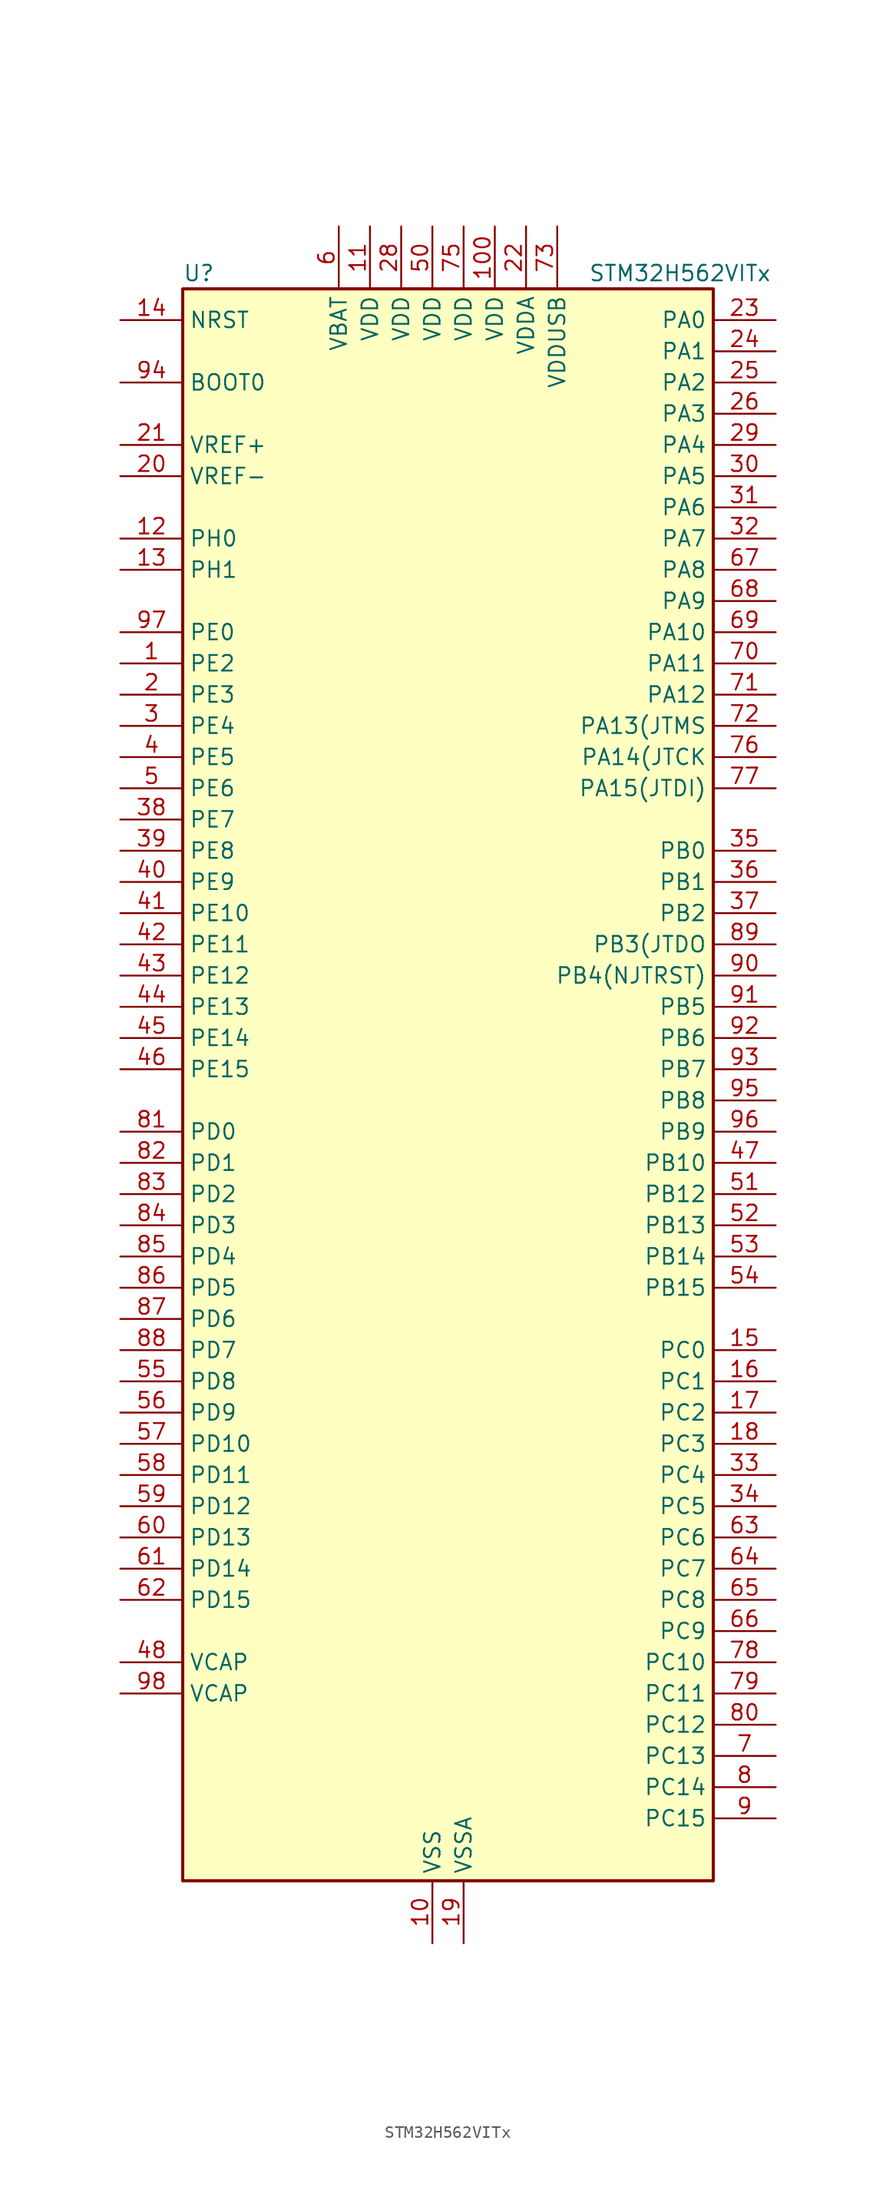
<source format=kicad_sym>
(kicad_symbol_lib
  (version 20231120)
  (generator "kicad-library-utils")
  (generator_version "8.0")
  (symbol "STM32H562VITx"
    (property "Reference" "U"
      (at -20.32 67.31 0)
      (effects (font (size 1.27 1.27)) (justify left)))
    (property "Value" "STM32H562VITx"
      (at 12.7 67.31 0)
      (effects (font (size 1.27 1.27)) (justify left)))
    (symbol "STM32H562VITx_0_1"
      (rectangle (start -20.32 -63.5) (end 22.86 66.04) (stroke (width 0.254) (type default)) (fill (type background))))
    (symbol "STM32H562VITx_1_1"
      (pin bidirectional line (at -25.4 35.56 0) (length 5.08) (name "PE2" (effects (font (size 1.27 1.27)))) (number "1" (effects (font (size 1.27 1.27)))) (alternate "DCMI_D3" bidirectional line) (alternate "DEBUG_TRACECLK" bidirectional line) (alternate "FMC_A23" bidirectional line) (alternate "LPTIM1_IN2" bidirectional line) (alternate "OCTOSPI1_IO2" bidirectional line) (alternate "PSSI_D3" bidirectional line) (alternate "SAI1_CK1" bidirectional line) (alternate "SAI1_MCLK_A" bidirectional line) (alternate "SPI4_SCK" bidirectional line) (alternate "UART8_TX" bidirectional line) (alternate "USART10_RX" bidirectional line))
      (pin power_in line (at 0 -68.58 90) (length 5.08) (name "VSS" (effects (font (size 1.27 1.27)))) (number "10" (effects (font (size 1.27 1.27)))))
      (pin power_in line (at 5.08 71.12 270) (length 5.08) (name "VDD" (effects (font (size 1.27 1.27)))) (number "100" (effects (font (size 1.27 1.27)))))
      (pin power_in line (at -5.08 71.12 270) (length 5.08) (name "VDD" (effects (font (size 1.27 1.27)))) (number "11" (effects (font (size 1.27 1.27)))))
      (pin bidirectional line (at -25.4 45.72 0) (length 5.08) (name "PH0" (effects (font (size 1.27 1.27)))) (number "12" (effects (font (size 1.27 1.27)))) (alternate "RCC_OSC_IN" bidirectional line))
      (pin bidirectional line (at -25.4 43.18 0) (length 5.08) (name "PH1" (effects (font (size 1.27 1.27)))) (number "13" (effects (font (size 1.27 1.27)))) (alternate "RCC_OSC_OUT" bidirectional line))
      (pin input line (at -25.4 63.5 0) (length 5.08) (name "NRST" (effects (font (size 1.27 1.27)))) (number "14" (effects (font (size 1.27 1.27)))))
      (pin bidirectional line (at 27.94 -20.32 180) (length 5.08) (name "PC0" (effects (font (size 1.27 1.27)))) (number "15" (effects (font (size 1.27 1.27)))) (alternate "ADC1_INP10" bidirectional line) (alternate "ADC2_INP10" bidirectional line) (alternate "FMC_A25" bidirectional line) (alternate "FMC_SDNWE" bidirectional line) (alternate "OCTOSPI1_IO7" bidirectional line) (alternate "SAI1_MCLK_A" bidirectional line) (alternate "SAI2_FS_B" bidirectional line) (alternate "SPI2_RDY" bidirectional line) (alternate "TIM16_BKIN" bidirectional line))
      (pin bidirectional line (at 27.94 -22.86 180) (length 5.08) (name "PC1" (effects (font (size 1.27 1.27)))) (number "16" (effects (font (size 1.27 1.27)))) (alternate "ADC1_INN10" bidirectional line) (alternate "ADC1_INP11" bidirectional line) (alternate "ADC2_INN10" bidirectional line) (alternate "ADC2_INP11" bidirectional line) (alternate "DEBUG_TRACED0" bidirectional line) (alternate "I2S2_SDO" bidirectional line) (alternate "OCTOSPI1_IO4" bidirectional line) (alternate "PWR_WKUP6" bidirectional line) (alternate "SAI1_D1" bidirectional line) (alternate "SAI1_SD_A" bidirectional line) (alternate "SAI2_SD_A" bidirectional line) (alternate "SPI2_MOSI" bidirectional line) (alternate "TAMP_IN3" bidirectional line) (alternate "TAMP_OUT5" bidirectional line) (alternate "USART11_RTS" bidirectional line))
      (pin bidirectional line (at 27.94 -25.4 180) (length 5.08) (name "PC2" (effects (font (size 1.27 1.27)))) (number "17" (effects (font (size 1.27 1.27)))) (alternate "ADC1_INN11" bidirectional line) (alternate "ADC1_INP12" bidirectional line) (alternate "ADC2_INN11" bidirectional line) (alternate "ADC2_INP12" bidirectional line) (alternate "FMC_SDNE0" bidirectional line) (alternate "I2S2_SDI" bidirectional line) (alternate "OCTOSPI1_IO2" bidirectional line) (alternate "OCTOSPI1_IO5" bidirectional line) (alternate "PWR_CSLEEP" bidirectional line) (alternate "SPI2_MISO" bidirectional line) (alternate "TIM17_CH1" bidirectional line) (alternate "TIM4_CH4" bidirectional line))
      (pin bidirectional line (at 27.94 -27.94 180) (length 5.08) (name "PC3" (effects (font (size 1.27 1.27)))) (number "18" (effects (font (size 1.27 1.27)))) (alternate "ADC1_INN12" bidirectional line) (alternate "ADC1_INP13" bidirectional line) (alternate "ADC2_INN12" bidirectional line) (alternate "ADC2_INP13" bidirectional line) (alternate "FMC_SDCKE0" bidirectional line) (alternate "I2S2_SDO" bidirectional line) (alternate "LPTIM3_CH1" bidirectional line) (alternate "OCTOSPI1_IO0" bidirectional line) (alternate "OCTOSPI1_IO6" bidirectional line) (alternate "PWR_CSTOP" bidirectional line) (alternate "SAI1_D3" bidirectional line) (alternate "SPI2_MOSI" bidirectional line))
      (pin power_in line (at 2.54 -68.58 90) (length 5.08) (name "VSSA" (effects (font (size 1.27 1.27)))) (number "19" (effects (font (size 1.27 1.27)))))
      (pin bidirectional line (at -25.4 33.02 0) (length 5.08) (name "PE3" (effects (font (size 1.27 1.27)))) (number "2" (effects (font (size 1.27 1.27)))) (alternate "DEBUG_TRACED0" bidirectional line) (alternate "FMC_A19" bidirectional line) (alternate "SAI1_SD_B" bidirectional line) (alternate "TAMP_IN6" bidirectional line) (alternate "TAMP_OUT3" bidirectional line) (alternate "TIM15_BKIN" bidirectional line) (alternate "USART10_TX" bidirectional line))
      (pin input line (at -25.4 50.8 0) (length 5.08) (name "VREF-" (effects (font (size 1.27 1.27)))) (number "20" (effects (font (size 1.27 1.27)))))
      (pin input line (at -25.4 53.34 0) (length 5.08) (name "VREF+" (effects (font (size 1.27 1.27)))) (number "21" (effects (font (size 1.27 1.27)))))
      (pin power_in line (at 7.62 71.12 270) (length 5.08) (name "VDDA" (effects (font (size 1.27 1.27)))) (number "22" (effects (font (size 1.27 1.27)))))
      (pin bidirectional line (at 27.94 63.5 180) (length 5.08) (name "PA0" (effects (font (size 1.27 1.27)))) (number "23" (effects (font (size 1.27 1.27)))) (alternate "ADC1_INN1" bidirectional line) (alternate "ADC1_INP0" bidirectional line) (alternate "ADC2_INN1" bidirectional line) (alternate "ADC2_INP0" bidirectional line) (alternate "PWR_WKUP1" bidirectional line) (alternate "SAI2_SD_B" bidirectional line) (alternate "SPI3_RDY" bidirectional line) (alternate "SPI6_NSS" bidirectional line) (alternate "TAMP_IN2" bidirectional line) (alternate "TAMP_OUT1" bidirectional line) (alternate "TIM15_BKIN" bidirectional line) (alternate "TIM2_CH1" bidirectional line) (alternate "TIM2_ETR" bidirectional line) (alternate "TIM5_CH1" bidirectional line) (alternate "TIM8_ETR" bidirectional line) (alternate "UART4_TX" bidirectional line) (alternate "USART2_CTS" bidirectional line) (alternate "USART2_NSS" bidirectional line))
      (pin bidirectional line (at 27.94 60.96 180) (length 5.08) (name "PA1" (effects (font (size 1.27 1.27)))) (number "24" (effects (font (size 1.27 1.27)))) (alternate "ADC1_INP1" bidirectional line) (alternate "ADC2_INP1" bidirectional line) (alternate "LPTIM1_IN1" bidirectional line) (alternate "OCTOSPI1_DQS" bidirectional line) (alternate "OCTOSPI1_IO3" bidirectional line) (alternate "SAI2_MCLK_B" bidirectional line) (alternate "TAMP_IN5" bidirectional line) (alternate "TAMP_OUT4" bidirectional line) (alternate "TIM15_CH1N" bidirectional line) (alternate "TIM2_CH2" bidirectional line) (alternate "TIM5_CH2" bidirectional line) (alternate "UART4_RX" bidirectional line) (alternate "USART2_RTS" bidirectional line))
      (pin bidirectional line (at 27.94 58.42 180) (length 5.08) (name "PA2" (effects (font (size 1.27 1.27)))) (number "25" (effects (font (size 1.27 1.27)))) (alternate "ADC1_INP14" bidirectional line) (alternate "ADC2_INP14" bidirectional line) (alternate "LPTIM1_IN2" bidirectional line) (alternate "PWR_WKUP2" bidirectional line) (alternate "SAI2_SCK_B" bidirectional line) (alternate "TAMP_IN4" bidirectional line) (alternate "TAMP_OUT3" bidirectional line) (alternate "TIM15_CH1" bidirectional line) (alternate "TIM2_CH3" bidirectional line) (alternate "TIM5_CH3" bidirectional line) (alternate "USART2_TX" bidirectional line))
      (pin bidirectional line (at 27.94 55.88 180) (length 5.08) (name "PA3" (effects (font (size 1.27 1.27)))) (number "26" (effects (font (size 1.27 1.27)))) (alternate "ADC1_INP15" bidirectional line) (alternate "ADC2_INP15" bidirectional line) (alternate "I2S2_WS" bidirectional line) (alternate "OCTOSPI1_CLK" bidirectional line) (alternate "SAI1_SD_B" bidirectional line) (alternate "SPI2_NSS" bidirectional line) (alternate "TIM15_CH2" bidirectional line) (alternate "TIM2_CH4" bidirectional line) (alternate "TIM5_CH4" bidirectional line) (alternate "USART2_RX" bidirectional line))
      (pin passive line (at 0 -68.58 90) (length 5.08) hide (name "VSS" (effects (font (size 1.27 1.27)))) (number "27" (effects (font (size 1.27 1.27)))))
      (pin power_in line (at -2.54 71.12 270) (length 5.08) (name "VDD" (effects (font (size 1.27 1.27)))) (number "28" (effects (font (size 1.27 1.27)))))
      (pin bidirectional line (at 27.94 53.34 180) (length 5.08) (name "PA4" (effects (font (size 1.27 1.27)))) (number "29" (effects (font (size 1.27 1.27)))) (alternate "ADC1_INP18" bidirectional line) (alternate "ADC2_INP18" bidirectional line) (alternate "DAC1_OUT1" bidirectional line) (alternate "DCMI_HSYNC" bidirectional line) (alternate "I2S1_WS" bidirectional line) (alternate "I2S3_WS" bidirectional line) (alternate "LPTIM2_CH1" bidirectional line) (alternate "PSSI_DE" bidirectional line) (alternate "SPI1_NSS" bidirectional line) (alternate "SPI3_NSS" bidirectional line) (alternate "SPI6_NSS" bidirectional line) (alternate "TIM5_ETR" bidirectional line) (alternate "USART2_CK" bidirectional line))
      (pin bidirectional line (at -25.4 30.48 0) (length 5.08) (name "PE4" (effects (font (size 1.27 1.27)))) (number "3" (effects (font (size 1.27 1.27)))) (alternate "DCMI_D4" bidirectional line) (alternate "DEBUG_TRACED1" bidirectional line) (alternate "FMC_A20" bidirectional line) (alternate "PSSI_D4" bidirectional line) (alternate "SAI1_D2" bidirectional line) (alternate "SAI1_FS_A" bidirectional line) (alternate "SPI4_NSS" bidirectional line) (alternate "TAMP_IN7" bidirectional line) (alternate "TAMP_OUT8" bidirectional line) (alternate "TIM15_CH1N" bidirectional line))
      (pin bidirectional line (at 27.94 50.8 180) (length 5.08) (name "PA5" (effects (font (size 1.27 1.27)))) (number "30" (effects (font (size 1.27 1.27)))) (alternate "ADC1_INN18" bidirectional line) (alternate "ADC1_INP19" bidirectional line) (alternate "ADC2_INN18" bidirectional line) (alternate "ADC2_INP19" bidirectional line) (alternate "DAC1_OUT2" bidirectional line) (alternate "I2S1_CK" bidirectional line) (alternate "PSSI_D14" bidirectional line) (alternate "SPI1_SCK" bidirectional line) (alternate "SPI6_SCK" bidirectional line) (alternate "TIM2_CH1" bidirectional line) (alternate "TIM2_ETR" bidirectional line) (alternate "TIM8_CH1N" bidirectional line))
      (pin bidirectional line (at 27.94 48.26 180) (length 5.08) (name "PA6" (effects (font (size 1.27 1.27)))) (number "31" (effects (font (size 1.27 1.27)))) (alternate "ADC1_INP3" bidirectional line) (alternate "ADC2_INP3" bidirectional line) (alternate "DCMI_PIXCLK" bidirectional line) (alternate "I2S1_SDI" bidirectional line) (alternate "OCTOSPI1_IO3" bidirectional line) (alternate "PSSI_PDCK" bidirectional line) (alternate "SPI1_MISO" bidirectional line) (alternate "SPI6_MISO" bidirectional line) (alternate "TIM13_CH1" bidirectional line) (alternate "TIM1_BKIN" bidirectional line) (alternate "TIM3_CH1" bidirectional line) (alternate "TIM8_BKIN" bidirectional line) (alternate "USART11_TX" bidirectional line))
      (pin bidirectional line (at 27.94 45.72 180) (length 5.08) (name "PA7" (effects (font (size 1.27 1.27)))) (number "32" (effects (font (size 1.27 1.27)))) (alternate "ADC1_INN3" bidirectional line) (alternate "ADC1_INP7" bidirectional line) (alternate "ADC2_INN3" bidirectional line) (alternate "ADC2_INP7" bidirectional line) (alternate "FMC_NWE" bidirectional line) (alternate "FMC_SDNWE" bidirectional line) (alternate "I2S1_SDO" bidirectional line) (alternate "OCTOSPI1_IO2" bidirectional line) (alternate "SPI1_MOSI" bidirectional line) (alternate "SPI6_MOSI" bidirectional line) (alternate "TIM14_CH1" bidirectional line) (alternate "TIM1_CH1N" bidirectional line) (alternate "TIM3_CH2" bidirectional line) (alternate "TIM8_CH1N" bidirectional line) (alternate "USART11_RX" bidirectional line))
      (pin bidirectional line (at 27.94 -30.48 180) (length 5.08) (name "PC4" (effects (font (size 1.27 1.27)))) (number "33" (effects (font (size 1.27 1.27)))) (alternate "ADC1_INP4" bidirectional line) (alternate "ADC2_INP4" bidirectional line) (alternate "FMC_SDNE0" bidirectional line) (alternate "I2S1_MCK" bidirectional line) (alternate "LPTIM2_ETR" bidirectional line) (alternate "SAI1_CK1" bidirectional line) (alternate "TIM2_CH4" bidirectional line) (alternate "USART3_RX" bidirectional line))
      (pin bidirectional line (at 27.94 -33.02 180) (length 5.08) (name "PC5" (effects (font (size 1.27 1.27)))) (number "34" (effects (font (size 1.27 1.27)))) (alternate "ADC1_INN4" bidirectional line) (alternate "ADC1_INP8" bidirectional line) (alternate "ADC2_INN4" bidirectional line) (alternate "ADC2_INP8" bidirectional line) (alternate "FMC_SDCKE0" bidirectional line) (alternate "OCTOSPI1_DQS" bidirectional line) (alternate "PSSI_D15" bidirectional line) (alternate "SAI1_D3" bidirectional line) (alternate "SAI1_FS_A" bidirectional line) (alternate "TIM1_CH4N" bidirectional line) (alternate "UART12_RTS" bidirectional line))
      (pin bidirectional line (at 27.94 20.32 180) (length 5.08) (name "PB0" (effects (font (size 1.27 1.27)))) (number "35" (effects (font (size 1.27 1.27)))) (alternate "ADC1_INN5" bidirectional line) (alternate "ADC1_INP9" bidirectional line) (alternate "ADC2_INN5" bidirectional line) (alternate "ADC2_INP9" bidirectional line) (alternate "LPTIM3_CH1" bidirectional line) (alternate "OCTOSPI1_IO1" bidirectional line) (alternate "TIM1_CH2N" bidirectional line) (alternate "TIM3_CH3" bidirectional line) (alternate "TIM8_CH2N" bidirectional line) (alternate "UART4_CTS" bidirectional line) (alternate "USART11_CK" bidirectional line))
      (pin bidirectional line (at 27.94 17.78 180) (length 5.08) (name "PB1" (effects (font (size 1.27 1.27)))) (number "36" (effects (font (size 1.27 1.27)))) (alternate "ADC1_INP5" bidirectional line) (alternate "ADC2_INP5" bidirectional line) (alternate "LPTIM3_CH2" bidirectional line) (alternate "OCTOSPI1_IO0" bidirectional line) (alternate "TIM1_CH3N" bidirectional line) (alternate "TIM3_CH4" bidirectional line) (alternate "TIM8_CH3N" bidirectional line))
      (pin bidirectional line (at 27.94 15.24 180) (length 5.08) (name "PB2" (effects (font (size 1.27 1.27)))) (number "37" (effects (font (size 1.27 1.27)))) (alternate "I2S3_SDO" bidirectional line) (alternate "LPTIM1_CH1" bidirectional line) (alternate "LPTIM5_ETR" bidirectional line) (alternate "OCTOSPI1_CLK" bidirectional line) (alternate "OCTOSPI1_DQS" bidirectional line) (alternate "RCC_LSCO" bidirectional line) (alternate "RTC_OUT2" bidirectional line) (alternate "SAI1_D1" bidirectional line) (alternate "SAI1_SD_A" bidirectional line) (alternate "SDMMC1_CMD" bidirectional line) (alternate "SPI1_RDY" bidirectional line) (alternate "SPI3_MOSI" bidirectional line) (alternate "TIM8_CH4N" bidirectional line))
      (pin bidirectional line (at -25.4 22.86 0) (length 5.08) (name "PE7" (effects (font (size 1.27 1.27)))) (number "38" (effects (font (size 1.27 1.27)))) (alternate "FMC_D4" bidirectional line) (alternate "FMC_DA4" bidirectional line) (alternate "OCTOSPI1_IO4" bidirectional line) (alternate "TIM1_ETR" bidirectional line) (alternate "UART12_RTS" bidirectional line) (alternate "UART7_RX" bidirectional line))
      (pin bidirectional line (at -25.4 20.32 0) (length 5.08) (name "PE8" (effects (font (size 1.27 1.27)))) (number "39" (effects (font (size 1.27 1.27)))) (alternate "FMC_D5" bidirectional line) (alternate "FMC_DA5" bidirectional line) (alternate "OCTOSPI1_IO5" bidirectional line) (alternate "TIM1_CH1N" bidirectional line) (alternate "UART12_CTS" bidirectional line) (alternate "UART7_TX" bidirectional line))
      (pin bidirectional line (at -25.4 27.94 0) (length 5.08) (name "PE5" (effects (font (size 1.27 1.27)))) (number "4" (effects (font (size 1.27 1.27)))) (alternate "DCMI_D6" bidirectional line) (alternate "DEBUG_TRACED2" bidirectional line) (alternate "FMC_A21" bidirectional line) (alternate "PSSI_D6" bidirectional line) (alternate "SAI1_CK2" bidirectional line) (alternate "SAI1_SCK_A" bidirectional line) (alternate "SPI4_MISO" bidirectional line) (alternate "TAMP_IN8" bidirectional line) (alternate "TAMP_OUT7" bidirectional line) (alternate "TIM15_CH1" bidirectional line))
      (pin bidirectional line (at -25.4 17.78 0) (length 5.08) (name "PE9" (effects (font (size 1.27 1.27)))) (number "40" (effects (font (size 1.27 1.27)))) (alternate "DAC1_EXTI9" bidirectional line) (alternate "FMC_D6" bidirectional line) (alternate "FMC_DA6" bidirectional line) (alternate "OCTOSPI1_IO6" bidirectional line) (alternate "TIM1_CH1" bidirectional line) (alternate "UART12_RX" bidirectional line) (alternate "UART7_RTS" bidirectional line))
      (pin bidirectional line (at -25.4 15.24 0) (length 5.08) (name "PE10" (effects (font (size 1.27 1.27)))) (number "41" (effects (font (size 1.27 1.27)))) (alternate "FMC_D7" bidirectional line) (alternate "FMC_DA7" bidirectional line) (alternate "OCTOSPI1_IO7" bidirectional line) (alternate "TIM1_CH2N" bidirectional line) (alternate "UART12_TX" bidirectional line) (alternate "UART7_CTS" bidirectional line))
      (pin bidirectional line (at -25.4 12.7 0) (length 5.08) (name "PE11" (effects (font (size 1.27 1.27)))) (number "42" (effects (font (size 1.27 1.27)))) (alternate "ADC1_EXTI11" bidirectional line) (alternate "ADC2_EXTI11" bidirectional line) (alternate "FMC_D8" bidirectional line) (alternate "FMC_DA8" bidirectional line) (alternate "OCTOSPI1_NCS" bidirectional line) (alternate "SAI2_SD_B" bidirectional line) (alternate "SPI1_RDY" bidirectional line) (alternate "SPI4_NSS" bidirectional line) (alternate "TIM1_CH2" bidirectional line))
      (pin bidirectional line (at -25.4 10.16 0) (length 5.08) (name "PE12" (effects (font (size 1.27 1.27)))) (number "43" (effects (font (size 1.27 1.27)))) (alternate "FMC_D9" bidirectional line) (alternate "FMC_DA9" bidirectional line) (alternate "SAI2_SCK_B" bidirectional line) (alternate "SPI4_SCK" bidirectional line) (alternate "TIM1_CH3N" bidirectional line))
      (pin bidirectional line (at -25.4 7.62 0) (length 5.08) (name "PE13" (effects (font (size 1.27 1.27)))) (number "44" (effects (font (size 1.27 1.27)))) (alternate "FMC_D10" bidirectional line) (alternate "FMC_DA10" bidirectional line) (alternate "SAI2_FS_B" bidirectional line) (alternate "SPI4_MISO" bidirectional line) (alternate "TIM1_CH3" bidirectional line))
      (pin bidirectional line (at -25.4 5.08 0) (length 5.08) (name "PE14" (effects (font (size 1.27 1.27)))) (number "45" (effects (font (size 1.27 1.27)))) (alternate "FMC_D11" bidirectional line) (alternate "FMC_DA11" bidirectional line) (alternate "SAI2_MCLK_B" bidirectional line) (alternate "SPI4_MOSI" bidirectional line) (alternate "TIM1_CH4" bidirectional line))
      (pin bidirectional line (at -25.4 2.54 0) (length 5.08) (name "PE15" (effects (font (size 1.27 1.27)))) (number "46" (effects (font (size 1.27 1.27)))) (alternate "ADC1_EXTI15" bidirectional line) (alternate "ADC2_EXTI15" bidirectional line) (alternate "FMC_D12" bidirectional line) (alternate "FMC_DA12" bidirectional line) (alternate "TIM1_BKIN" bidirectional line) (alternate "TIM1_CH4N" bidirectional line) (alternate "USART10_CK" bidirectional line))
      (pin bidirectional line (at 27.94 -5.08 180) (length 5.08) (name "PB10" (effects (font (size 1.27 1.27)))) (number "47" (effects (font (size 1.27 1.27)))) (alternate "I2C2_SCL" bidirectional line) (alternate "I2S2_CK" bidirectional line) (alternate "LPTIM2_IN1" bidirectional line) (alternate "LPTIM3_CH1" bidirectional line) (alternate "OCTOSPI1_NCS" bidirectional line) (alternate "SPI2_SCK" bidirectional line) (alternate "TIM2_CH3" bidirectional line) (alternate "USART3_TX" bidirectional line))
      (pin power_out line (at -25.4 -45.72 0) (length 5.08) (name "VCAP" (effects (font (size 1.27 1.27)))) (number "48" (effects (font (size 1.27 1.27)))))
      (pin passive line (at 0 -68.58 90) (length 5.08) hide (name "VSS" (effects (font (size 1.27 1.27)))) (number "49" (effects (font (size 1.27 1.27)))))
      (pin bidirectional line (at -25.4 25.4 0) (length 5.08) (name "PE6" (effects (font (size 1.27 1.27)))) (number "5" (effects (font (size 1.27 1.27)))) (alternate "DCMI_D7" bidirectional line) (alternate "DEBUG_TRACED3" bidirectional line) (alternate "FMC_A22" bidirectional line) (alternate "PSSI_D7" bidirectional line) (alternate "SAI1_D1" bidirectional line) (alternate "SAI1_SD_A" bidirectional line) (alternate "SAI2_MCLK_B" bidirectional line) (alternate "SPI4_MOSI" bidirectional line) (alternate "TAMP_IN3" bidirectional line) (alternate "TAMP_OUT6" bidirectional line) (alternate "TIM15_CH2" bidirectional line) (alternate "TIM1_BKIN2" bidirectional line))
      (pin power_in line (at 0 71.12 270) (length 5.08) (name "VDD" (effects (font (size 1.27 1.27)))) (number "50" (effects (font (size 1.27 1.27)))))
      (pin bidirectional line (at 27.94 -7.62 180) (length 5.08) (name "PB12" (effects (font (size 1.27 1.27)))) (number "51" (effects (font (size 1.27 1.27)))) (alternate "I2C2_SDA" bidirectional line) (alternate "I2S2_WS" bidirectional line) (alternate "OCTOSPI1_NCLK" bidirectional line) (alternate "SPI2_NSS" bidirectional line) (alternate "TIM1_BKIN" bidirectional line) (alternate "UART5_RX" bidirectional line) (alternate "UCPD1_FRSTX" bidirectional line) (alternate "USART3_CK" bidirectional line))
      (pin bidirectional line (at 27.94 -10.16 180) (length 5.08) (name "PB13" (effects (font (size 1.27 1.27)))) (number "52" (effects (font (size 1.27 1.27)))) (alternate "I2C2_SMBA" bidirectional line) (alternate "I2S2_CK" bidirectional line) (alternate "LPTIM2_CH1" bidirectional line) (alternate "LPTIM3_IN1" bidirectional line) (alternate "SDMMC1_D0" bidirectional line) (alternate "SPI2_SCK" bidirectional line) (alternate "TIM1_CH1N" bidirectional line) (alternate "UART5_TX" bidirectional line) (alternate "UCPD1_CC1" bidirectional line) (alternate "USART3_CTS" bidirectional line) (alternate "USART3_NSS" bidirectional line))
      (pin bidirectional line (at 27.94 -12.7 180) (length 5.08) (name "PB14" (effects (font (size 1.27 1.27)))) (number "53" (effects (font (size 1.27 1.27)))) (alternate "I2S2_SDI" bidirectional line) (alternate "LPTIM3_ETR" bidirectional line) (alternate "SPI2_MISO" bidirectional line) (alternate "TIM12_CH1" bidirectional line) (alternate "TIM1_CH2N" bidirectional line) (alternate "TIM8_CH2N" bidirectional line) (alternate "UART4_DE" bidirectional line) (alternate "UART4_RTS" bidirectional line) (alternate "UCPD1_CC2" bidirectional line) (alternate "USART1_TX" bidirectional line) (alternate "USART3_RTS" bidirectional line))
      (pin bidirectional line (at 27.94 -15.24 180) (length 5.08) (name "PB15" (effects (font (size 1.27 1.27)))) (number "54" (effects (font (size 1.27 1.27)))) (alternate "ADC1_EXTI15" bidirectional line) (alternate "ADC2_EXTI15" bidirectional line) (alternate "DCMI_D2" bidirectional line) (alternate "I2S2_SDO" bidirectional line) (alternate "OCTOSPI1_CLK" bidirectional line) (alternate "PSSI_D2" bidirectional line) (alternate "PWR_PVD_IN" bidirectional line) (alternate "RTC_REFIN" bidirectional line) (alternate "SPI2_MOSI" bidirectional line) (alternate "TIM12_CH2" bidirectional line) (alternate "TIM1_CH3N" bidirectional line) (alternate "TIM8_CH3N" bidirectional line) (alternate "UART4_CTS" bidirectional line) (alternate "UART5_RX" bidirectional line) (alternate "USART11_CTS" bidirectional line) (alternate "USART11_NSS" bidirectional line) (alternate "USART1_RX" bidirectional line))
      (pin bidirectional line (at -25.4 -22.86 0) (length 5.08) (name "PD8" (effects (font (size 1.27 1.27)))) (number "55" (effects (font (size 1.27 1.27)))) (alternate "FMC_D13" bidirectional line) (alternate "FMC_DA13" bidirectional line) (alternate "USART3_TX" bidirectional line))
      (pin bidirectional line (at -25.4 -25.4 0) (length 5.08) (name "PD9" (effects (font (size 1.27 1.27)))) (number "56" (effects (font (size 1.27 1.27)))) (alternate "DAC1_EXTI9" bidirectional line) (alternate "FMC_D14" bidirectional line) (alternate "FMC_DA14" bidirectional line) (alternate "USART3_RX" bidirectional line))
      (pin bidirectional line (at -25.4 -27.94 0) (length 5.08) (name "PD10" (effects (font (size 1.27 1.27)))) (number "57" (effects (font (size 1.27 1.27)))) (alternate "FMC_D15" bidirectional line) (alternate "FMC_DA15" bidirectional line) (alternate "LPTIM2_CH2" bidirectional line) (alternate "USART3_CK" bidirectional line))
      (pin bidirectional line (at -25.4 -30.48 0) (length 5.08) (name "PD11" (effects (font (size 1.27 1.27)))) (number "58" (effects (font (size 1.27 1.27)))) (alternate "ADC1_EXTI11" bidirectional line) (alternate "ADC2_EXTI11" bidirectional line) (alternate "FMC_A16" bidirectional line) (alternate "FMC_CLE" bidirectional line) (alternate "I2C4_SMBA" bidirectional line) (alternate "LPTIM2_IN2" bidirectional line) (alternate "OCTOSPI1_IO0" bidirectional line) (alternate "SAI1_CK1" bidirectional line) (alternate "SAI2_SD_A" bidirectional line) (alternate "UART4_RX" bidirectional line) (alternate "USART3_CTS" bidirectional line) (alternate "USART3_NSS" bidirectional line))
      (pin bidirectional line (at -25.4 -33.02 0) (length 5.08) (name "PD12" (effects (font (size 1.27 1.27)))) (number "59" (effects (font (size 1.27 1.27)))) (alternate "DCMI_D12" bidirectional line) (alternate "FMC_A17" bidirectional line) (alternate "FMC_ALE" bidirectional line) (alternate "I2C4_SCL" bidirectional line) (alternate "I3C1_SCL" bidirectional line) (alternate "LPTIM1_IN1" bidirectional line) (alternate "LPTIM2_IN1" bidirectional line) (alternate "OCTOSPI1_IO1" bidirectional line) (alternate "PSSI_D12" bidirectional line) (alternate "SAI1_D1" bidirectional line) (alternate "SAI2_FS_A" bidirectional line) (alternate "TIM4_CH1" bidirectional line) (alternate "UART4_TX" bidirectional line) (alternate "USART3_RTS" bidirectional line))
      (pin power_in line (at -7.62 71.12 270) (length 5.08) (name "VBAT" (effects (font (size 1.27 1.27)))) (number "6" (effects (font (size 1.27 1.27)))))
      (pin bidirectional line (at -25.4 -35.56 0) (length 5.08) (name "PD13" (effects (font (size 1.27 1.27)))) (number "60" (effects (font (size 1.27 1.27)))) (alternate "DCMI_D13" bidirectional line) (alternate "FMC_A18" bidirectional line) (alternate "I2C4_SDA" bidirectional line) (alternate "I3C1_SDA" bidirectional line) (alternate "LPTIM1_CH1" bidirectional line) (alternate "LPTIM2_CH1" bidirectional line) (alternate "LPTIM4_IN1" bidirectional line) (alternate "OCTOSPI1_IO3" bidirectional line) (alternate "PSSI_D13" bidirectional line) (alternate "SAI2_SCK_A" bidirectional line) (alternate "TIM4_CH2" bidirectional line) (alternate "UART9_RTS" bidirectional line))
      (pin bidirectional line (at -25.4 -38.1 0) (length 5.08) (name "PD14" (effects (font (size 1.27 1.27)))) (number "61" (effects (font (size 1.27 1.27)))) (alternate "FMC_D0" bidirectional line) (alternate "FMC_DA0" bidirectional line) (alternate "TIM4_CH3" bidirectional line) (alternate "UART8_CTS" bidirectional line) (alternate "UART9_RX" bidirectional line))
      (pin bidirectional line (at -25.4 -40.64 0) (length 5.08) (name "PD15" (effects (font (size 1.27 1.27)))) (number "62" (effects (font (size 1.27 1.27)))) (alternate "ADC1_EXTI15" bidirectional line) (alternate "ADC2_EXTI15" bidirectional line) (alternate "FMC_D1" bidirectional line) (alternate "FMC_DA1" bidirectional line) (alternate "TIM4_CH4" bidirectional line) (alternate "UART8_RTS" bidirectional line) (alternate "UART9_TX" bidirectional line))
      (pin bidirectional line (at 27.94 -35.56 180) (length 5.08) (name "PC6" (effects (font (size 1.27 1.27)))) (number "63" (effects (font (size 1.27 1.27)))) (alternate "DCMI_D0" bidirectional line) (alternate "FMC_NWAIT" bidirectional line) (alternate "I2S2_MCK" bidirectional line) (alternate "OCTOSPI1_IO5" bidirectional line) (alternate "PSSI_D0" bidirectional line) (alternate "SAI1_SCK_A" bidirectional line) (alternate "SDMMC1_D0DIR" bidirectional line) (alternate "SDMMC1_D6" bidirectional line) (alternate "TIM3_CH1" bidirectional line) (alternate "TIM8_CH1" bidirectional line) (alternate "USART6_TX" bidirectional line))
      (pin bidirectional line (at 27.94 -38.1 180) (length 5.08) (name "PC7" (effects (font (size 1.27 1.27)))) (number "64" (effects (font (size 1.27 1.27)))) (alternate "DCMI_D1" bidirectional line) (alternate "DEBUG_TRGIO" bidirectional line) (alternate "FMC_NE1" bidirectional line) (alternate "I2S3_MCK" bidirectional line) (alternate "OCTOSPI1_IO6" bidirectional line) (alternate "PSSI_D1" bidirectional line) (alternate "SDMMC1_D123DIR" bidirectional line) (alternate "SDMMC1_D7" bidirectional line) (alternate "TIM3_CH2" bidirectional line) (alternate "TIM8_CH2" bidirectional line) (alternate "USART6_RX" bidirectional line))
      (pin bidirectional line (at 27.94 -40.64 180) (length 5.08) (name "PC8" (effects (font (size 1.27 1.27)))) (number "65" (effects (font (size 1.27 1.27)))) (alternate "DCMI_D2" bidirectional line) (alternate "DEBUG_TRACED1" bidirectional line) (alternate "FMC_ALE" bidirectional line) (alternate "FMC_INT" bidirectional line) (alternate "FMC_NCE" bidirectional line) (alternate "FMC_NE2" bidirectional line) (alternate "PSSI_D2" bidirectional line) (alternate "SDMMC1_D0" bidirectional line) (alternate "TIM3_CH3" bidirectional line) (alternate "TIM8_CH3" bidirectional line) (alternate "UART5_DE" bidirectional line) (alternate "UART5_RTS" bidirectional line) (alternate "USART6_CK" bidirectional line))
      (pin bidirectional line (at 27.94 -43.18 180) (length 5.08) (name "PC9" (effects (font (size 1.27 1.27)))) (number "66" (effects (font (size 1.27 1.27)))) (alternate "AUDIOCLK" bidirectional line) (alternate "DAC1_EXTI9" bidirectional line) (alternate "DCMI_D3" bidirectional line) (alternate "FMC_CLE" bidirectional line) (alternate "I2C3_SDA" bidirectional line) (alternate "OCTOSPI1_IO0" bidirectional line) (alternate "PSSI_D3" bidirectional line) (alternate "RCC_MCO_2" bidirectional line) (alternate "SDMMC1_D1" bidirectional line) (alternate "TIM3_CH4" bidirectional line) (alternate "TIM8_CH4" bidirectional line) (alternate "UART5_CTS" bidirectional line) (alternate "UCPD1_DB2" bidirectional line))
      (pin bidirectional line (at 27.94 43.18 180) (length 5.08) (name "PA8" (effects (font (size 1.27 1.27)))) (number "67" (effects (font (size 1.27 1.27)))) (alternate "DCMI_D3" bidirectional line) (alternate "FMC_NOE" bidirectional line) (alternate "I2C3_SCL" bidirectional line) (alternate "PSSI_D3" bidirectional line) (alternate "RCC_MCO_1" bidirectional line) (alternate "SPI1_RDY" bidirectional line) (alternate "TIM1_CH1" bidirectional line) (alternate "TIM8_BKIN2" bidirectional line) (alternate "UART7_RX" bidirectional line) (alternate "USART1_CK" bidirectional line) (alternate "USB_SOF" bidirectional line))
      (pin bidirectional line (at 27.94 40.64 180) (length 5.08) (name "PA9" (effects (font (size 1.27 1.27)))) (number "68" (effects (font (size 1.27 1.27)))) (alternate "DAC1_EXTI9" bidirectional line) (alternate "DCMI_D0" bidirectional line) (alternate "FMC_NWE" bidirectional line) (alternate "I2C3_SMBA" bidirectional line) (alternate "I2S2_CK" bidirectional line) (alternate "LPUART1_TX" bidirectional line) (alternate "PSSI_D0" bidirectional line) (alternate "SPI2_SCK" bidirectional line) (alternate "TIM1_CH2" bidirectional line) (alternate "UCPD1_DB1" bidirectional line) (alternate "USART1_TX" bidirectional line))
      (pin bidirectional line (at 27.94 38.1 180) (length 5.08) (name "PA10" (effects (font (size 1.27 1.27)))) (number "69" (effects (font (size 1.27 1.27)))) (alternate "DCMI_D1" bidirectional line) (alternate "LPTIM2_IN2" bidirectional line) (alternate "LPUART1_RX" bidirectional line) (alternate "PSSI_D1" bidirectional line) (alternate "SDMMC1_D0" bidirectional line) (alternate "TIM1_CH3" bidirectional line) (alternate "UCPD1_FRSTX" bidirectional line) (alternate "USART1_RX" bidirectional line))
      (pin bidirectional line (at 27.94 -53.34 180) (length 5.08) (name "PC13" (effects (font (size 1.27 1.27)))) (number "7" (effects (font (size 1.27 1.27)))) (alternate "PWR_WKUP4" bidirectional line) (alternate "RTC_OUT1" bidirectional line) (alternate "RTC_TS" bidirectional line) (alternate "TAMP_IN1" bidirectional line) (alternate "TAMP_OUT2" bidirectional line) (alternate "TAMP_OUT3" bidirectional line))
      (pin bidirectional line (at 27.94 35.56 180) (length 5.08) (name "PA11" (effects (font (size 1.27 1.27)))) (number "70" (effects (font (size 1.27 1.27)))) (alternate "ADC1_EXTI11" bidirectional line) (alternate "ADC2_EXTI11" bidirectional line) (alternate "FDCAN1_RX" bidirectional line) (alternate "I2S2_WS" bidirectional line) (alternate "LPUART1_CTS" bidirectional line) (alternate "SPI2_NSS" bidirectional line) (alternate "TIM1_CH4" bidirectional line) (alternate "UART4_RX" bidirectional line) (alternate "USART1_CTS" bidirectional line) (alternate "USART1_NSS" bidirectional line) (alternate "USB_DM" bidirectional line))
      (pin bidirectional line (at 27.94 33.02 180) (length 5.08) (name "PA12" (effects (font (size 1.27 1.27)))) (number "71" (effects (font (size 1.27 1.27)))) (alternate "FDCAN1_TX" bidirectional line) (alternate "I2S2_CK" bidirectional line) (alternate "LPUART1_RTS" bidirectional line) (alternate "SAI2_FS_B" bidirectional line) (alternate "SPI2_SCK" bidirectional line) (alternate "TIM1_ETR" bidirectional line) (alternate "UART4_TX" bidirectional line) (alternate "USART1_RTS" bidirectional line) (alternate "USB_DP" bidirectional line))
      (pin bidirectional line (at 27.94 30.48 180) (length 5.08) (name "PA13(JTMS" (effects (font (size 1.27 1.27)))) (number "72" (effects (font (size 1.27 1.27)))) (alternate "DEBUG_JTMS-SWDIO" bidirectional line))
      (pin power_in line (at 10.16 71.12 270) (length 5.08) (name "VDDUSB" (effects (font (size 1.27 1.27)))) (number "73" (effects (font (size 1.27 1.27)))))
      (pin passive line (at 0 -68.58 90) (length 5.08) hide (name "VSS" (effects (font (size 1.27 1.27)))) (number "74" (effects (font (size 1.27 1.27)))))
      (pin power_in line (at 2.54 71.12 270) (length 5.08) (name "VDD" (effects (font (size 1.27 1.27)))) (number "75" (effects (font (size 1.27 1.27)))))
      (pin bidirectional line (at 27.94 27.94 180) (length 5.08) (name "PA14(JTCK" (effects (font (size 1.27 1.27)))) (number "76" (effects (font (size 1.27 1.27)))) (alternate "DEBUG_JTCK-SWCLK" bidirectional line))
      (pin bidirectional line (at 27.94 25.4 180) (length 5.08) (name "PA15(JTDI)" (effects (font (size 1.27 1.27)))) (number "77" (effects (font (size 1.27 1.27)))) (alternate "ADC1_EXTI15" bidirectional line) (alternate "ADC2_EXTI15" bidirectional line) (alternate "CEC" bidirectional line) (alternate "DCMI_D11" bidirectional line) (alternate "DEBUG_JTDI" bidirectional line) (alternate "FMC_NBL1" bidirectional line) (alternate "I2S1_WS" bidirectional line) (alternate "I2S3_WS" bidirectional line) (alternate "LPTIM3_IN2" bidirectional line) (alternate "PSSI_D11" bidirectional line) (alternate "SPI1_NSS" bidirectional line) (alternate "SPI3_NSS" bidirectional line) (alternate "SPI6_NSS" bidirectional line) (alternate "TIM2_CH1" bidirectional line) (alternate "TIM2_ETR" bidirectional line) (alternate "UART4_DE" bidirectional line) (alternate "UART4_RTS" bidirectional line) (alternate "UART7_TX" bidirectional line))
      (pin bidirectional line (at 27.94 -45.72 180) (length 5.08) (name "PC10" (effects (font (size 1.27 1.27)))) (number "78" (effects (font (size 1.27 1.27)))) (alternate "DCMI_D8" bidirectional line) (alternate "I2S3_CK" bidirectional line) (alternate "LPTIM3_ETR" bidirectional line) (alternate "OCTOSPI1_IO1" bidirectional line) (alternate "PSSI_D8" bidirectional line) (alternate "SDMMC1_D2" bidirectional line) (alternate "SPI3_SCK" bidirectional line) (alternate "UART4_TX" bidirectional line) (alternate "USART3_TX" bidirectional line))
      (pin bidirectional line (at 27.94 -48.26 180) (length 5.08) (name "PC11" (effects (font (size 1.27 1.27)))) (number "79" (effects (font (size 1.27 1.27)))) (alternate "ADC1_EXTI11" bidirectional line) (alternate "ADC2_EXTI11" bidirectional line) (alternate "DCMI_D4" bidirectional line) (alternate "I2S3_SDI" bidirectional line) (alternate "LPTIM3_IN1" bidirectional line) (alternate "OCTOSPI1_NCS" bidirectional line) (alternate "PSSI_D4" bidirectional line) (alternate "SDMMC1_D3" bidirectional line) (alternate "SPI3_MISO" bidirectional line) (alternate "UART4_RX" bidirectional line) (alternate "USART3_RX" bidirectional line))
      (pin bidirectional line (at 27.94 -55.88 180) (length 5.08) (name "PC14" (effects (font (size 1.27 1.27)))) (number "8" (effects (font (size 1.27 1.27)))) (alternate "RCC_OSC32_IN" bidirectional line))
      (pin bidirectional line (at 27.94 -50.8 180) (length 5.08) (name "PC12" (effects (font (size 1.27 1.27)))) (number "80" (effects (font (size 1.27 1.27)))) (alternate "DCMI_D9" bidirectional line) (alternate "DEBUG_TRACED3" bidirectional line) (alternate "I2S3_SDO" bidirectional line) (alternate "PSSI_D9" bidirectional line) (alternate "SDMMC1_CK" bidirectional line) (alternate "SPI3_MOSI" bidirectional line) (alternate "SPI6_SCK" bidirectional line) (alternate "TIM15_CH1" bidirectional line) (alternate "UART5_TX" bidirectional line) (alternate "USART3_CK" bidirectional line))
      (pin bidirectional line (at -25.4 -2.54 0) (length 5.08) (name "PD0" (effects (font (size 1.27 1.27)))) (number "81" (effects (font (size 1.27 1.27)))) (alternate "FDCAN1_RX" bidirectional line) (alternate "FMC_D2" bidirectional line) (alternate "FMC_DA2" bidirectional line) (alternate "TIM8_CH4N" bidirectional line) (alternate "UART4_RX" bidirectional line) (alternate "UART9_CTS" bidirectional line))
      (pin bidirectional line (at -25.4 -5.08 0) (length 5.08) (name "PD1" (effects (font (size 1.27 1.27)))) (number "82" (effects (font (size 1.27 1.27)))) (alternate "FDCAN1_TX" bidirectional line) (alternate "FMC_D3" bidirectional line) (alternate "FMC_DA3" bidirectional line) (alternate "UART4_TX" bidirectional line))
      (pin bidirectional line (at -25.4 -7.62 0) (length 5.08) (name "PD2" (effects (font (size 1.27 1.27)))) (number "83" (effects (font (size 1.27 1.27)))) (alternate "DCMI_D11" bidirectional line) (alternate "DEBUG_TRACED2" bidirectional line) (alternate "LPTIM4_ETR" bidirectional line) (alternate "PSSI_D11" bidirectional line) (alternate "PWR_WKUP7" bidirectional line) (alternate "SDMMC1_CMD" bidirectional line) (alternate "TIM15_BKIN" bidirectional line) (alternate "TIM3_ETR" bidirectional line) (alternate "UART5_RX" bidirectional line))
      (pin bidirectional line (at -25.4 -10.16 0) (length 5.08) (name "PD3" (effects (font (size 1.27 1.27)))) (number "84" (effects (font (size 1.27 1.27)))) (alternate "DCMI_D5" bidirectional line) (alternate "FMC_CLK" bidirectional line) (alternate "I2S2_CK" bidirectional line) (alternate "PSSI_D5" bidirectional line) (alternate "PWR_WKUP8" bidirectional line) (alternate "SPI2_SCK" bidirectional line) (alternate "USART2_CTS" bidirectional line) (alternate "USART2_NSS" bidirectional line))
      (pin bidirectional line (at -25.4 -12.7 0) (length 5.08) (name "PD4" (effects (font (size 1.27 1.27)))) (number "85" (effects (font (size 1.27 1.27)))) (alternate "FMC_NOE" bidirectional line) (alternate "OCTOSPI1_IO4" bidirectional line) (alternate "USART2_RTS" bidirectional line))
      (pin bidirectional line (at -25.4 -15.24 0) (length 5.08) (name "PD5" (effects (font (size 1.27 1.27)))) (number "86" (effects (font (size 1.27 1.27)))) (alternate "FDCAN1_TX" bidirectional line) (alternate "FMC_NWE" bidirectional line) (alternate "OCTOSPI1_IO5" bidirectional line) (alternate "SPI2_RDY" bidirectional line) (alternate "TIM1_CH4N" bidirectional line) (alternate "USART2_TX" bidirectional line))
      (pin bidirectional line (at -25.4 -17.78 0) (length 5.08) (name "PD6" (effects (font (size 1.27 1.27)))) (number "87" (effects (font (size 1.27 1.27)))) (alternate "DCMI_D10" bidirectional line) (alternate "FMC_NWAIT" bidirectional line) (alternate "I2S3_SDO" bidirectional line) (alternate "OCTOSPI1_IO6" bidirectional line) (alternate "PSSI_D10" bidirectional line) (alternate "SAI1_D1" bidirectional line) (alternate "SAI1_SD_A" bidirectional line) (alternate "SPI3_MOSI" bidirectional line) (alternate "USART2_RX" bidirectional line))
      (pin bidirectional line (at -25.4 -20.32 0) (length 5.08) (name "PD7" (effects (font (size 1.27 1.27)))) (number "88" (effects (font (size 1.27 1.27)))) (alternate "FMC_NCE" bidirectional line) (alternate "FMC_NE1" bidirectional line) (alternate "I2S1_SDO" bidirectional line) (alternate "LPTIM4_OUT" bidirectional line) (alternate "OCTOSPI1_IO7" bidirectional line) (alternate "SPI1_MOSI" bidirectional line) (alternate "USART2_CK" bidirectional line))
      (pin bidirectional line (at 27.94 12.7 180) (length 5.08) (name "PB3(JTDO" (effects (font (size 1.27 1.27)))) (number "89" (effects (font (size 1.27 1.27)))) (alternate "CRS_SYNC" bidirectional line) (alternate "DEBUG_JTDO-SWO" bidirectional line) (alternate "I2C2_SDA" bidirectional line) (alternate "I2S1_CK" bidirectional line) (alternate "I2S3_CK" bidirectional line) (alternate "LPTIM6_ETR" bidirectional line) (alternate "SPI1_SCK" bidirectional line) (alternate "SPI3_SCK" bidirectional line) (alternate "SPI6_SCK" bidirectional line) (alternate "TIM2_CH2" bidirectional line) (alternate "UART12_CTS" bidirectional line) (alternate "UART7_RX" bidirectional line))
      (pin bidirectional line (at 27.94 -58.42 180) (length 5.08) (name "PC15" (effects (font (size 1.27 1.27)))) (number "9" (effects (font (size 1.27 1.27)))) (alternate "ADC1_EXTI15" bidirectional line) (alternate "ADC2_EXTI15" bidirectional line) (alternate "RCC_OSC32_OUT" bidirectional line))
      (pin bidirectional line (at 27.94 10.16 180) (length 5.08) (name "PB4(NJTRST)" (effects (font (size 1.27 1.27)))) (number "90" (effects (font (size 1.27 1.27)))) (alternate "DCMI_D7" bidirectional line) (alternate "DEBUG_JTRST" bidirectional line) (alternate "I2S1_SDI" bidirectional line) (alternate "I2S2_WS" bidirectional line) (alternate "I2S3_SDI" bidirectional line) (alternate "LPTIM1_CH2" bidirectional line) (alternate "OCTOSPI1_CLK" bidirectional line) (alternate "PSSI_D7" bidirectional line) (alternate "SPI1_MISO" bidirectional line) (alternate "SPI2_NSS" bidirectional line) (alternate "SPI3_MISO" bidirectional line) (alternate "SPI6_MISO" bidirectional line) (alternate "TIM16_BKIN" bidirectional line) (alternate "TIM3_CH1" bidirectional line) (alternate "UART7_TX" bidirectional line))
      (pin bidirectional line (at 27.94 7.62 180) (length 5.08) (name "PB5" (effects (font (size 1.27 1.27)))) (number "91" (effects (font (size 1.27 1.27)))) (alternate "DCMI_D10" bidirectional line) (alternate "FMC_SDCKE1" bidirectional line) (alternate "I2C1_SMBA" bidirectional line) (alternate "I2C4_SMBA" bidirectional line) (alternate "I2S1_SDO" bidirectional line) (alternate "I2S3_SDO" bidirectional line) (alternate "OCTOSPI1_NCLK" bidirectional line) (alternate "PSSI_D10" bidirectional line) (alternate "SPI1_MOSI" bidirectional line) (alternate "SPI3_MOSI" bidirectional line) (alternate "SPI6_MOSI" bidirectional line) (alternate "TIM17_BKIN" bidirectional line) (alternate "TIM3_CH2" bidirectional line) (alternate "UART5_RX" bidirectional line))
      (pin bidirectional line (at 27.94 5.08 180) (length 5.08) (name "PB6" (effects (font (size 1.27 1.27)))) (number "92" (effects (font (size 1.27 1.27)))) (alternate "CEC" bidirectional line) (alternate "DCMI_D5" bidirectional line) (alternate "FMC_SDNE1" bidirectional line) (alternate "I2C1_SCL" bidirectional line) (alternate "I2C4_SCL" bidirectional line) (alternate "I3C1_SCL" bidirectional line) (alternate "LPUART1_TX" bidirectional line) (alternate "OCTOSPI1_NCS" bidirectional line) (alternate "PSSI_D5" bidirectional line) (alternate "TIM16_CH1N" bidirectional line) (alternate "TIM4_CH1" bidirectional line) (alternate "UART5_TX" bidirectional line) (alternate "USART1_TX" bidirectional line))
      (pin bidirectional line (at 27.94 2.54 180) (length 5.08) (name "PB7" (effects (font (size 1.27 1.27)))) (number "93" (effects (font (size 1.27 1.27)))) (alternate "DCMI_VSYNC" bidirectional line) (alternate "FDCAN1_TX" bidirectional line) (alternate "FMC_NL" bidirectional line) (alternate "I2C1_SDA" bidirectional line) (alternate "I2C4_SDA" bidirectional line) (alternate "I3C1_SDA" bidirectional line) (alternate "LPUART1_RX" bidirectional line) (alternate "PSSI_RDY" bidirectional line) (alternate "PWR_WKUP5" bidirectional line) (alternate "TIM17_CH1N" bidirectional line) (alternate "TIM4_CH2" bidirectional line) (alternate "USART1_RX" bidirectional line))
      (pin input line (at -25.4 58.42 0) (length 5.08) (name "BOOT0" (effects (font (size 1.27 1.27)))) (number "94" (effects (font (size 1.27 1.27)))))
      (pin bidirectional line (at 27.94 0 180) (length 5.08) (name "PB8" (effects (font (size 1.27 1.27)))) (number "95" (effects (font (size 1.27 1.27)))) (alternate "DCMI_D6" bidirectional line) (alternate "FDCAN1_RX" bidirectional line) (alternate "I2C1_SCL" bidirectional line) (alternate "I2C4_SCL" bidirectional line) (alternate "I3C1_SCL" bidirectional line) (alternate "PSSI_D6" bidirectional line) (alternate "SDMMC1_CKIN" bidirectional line) (alternate "SDMMC1_D4" bidirectional line) (alternate "SPI4_RDY" bidirectional line) (alternate "TIM16_CH1" bidirectional line) (alternate "TIM4_CH3" bidirectional line) (alternate "UART4_RX" bidirectional line))
      (pin bidirectional line (at 27.94 -2.54 180) (length 5.08) (name "PB9" (effects (font (size 1.27 1.27)))) (number "96" (effects (font (size 1.27 1.27)))) (alternate "DAC1_EXTI9" bidirectional line) (alternate "DCMI_D7" bidirectional line) (alternate "FDCAN1_TX" bidirectional line) (alternate "I2C1_SDA" bidirectional line) (alternate "I2C4_SDA" bidirectional line) (alternate "I2S2_WS" bidirectional line) (alternate "I3C1_SDA" bidirectional line) (alternate "PSSI_D7" bidirectional line) (alternate "SDMMC1_CDIR" bidirectional line) (alternate "SDMMC1_D5" bidirectional line) (alternate "SPI2_NSS" bidirectional line) (alternate "TIM17_CH1" bidirectional line) (alternate "TIM4_CH4" bidirectional line) (alternate "UART4_TX" bidirectional line))
      (pin bidirectional line (at -25.4 38.1 0) (length 5.08) (name "PE0" (effects (font (size 1.27 1.27)))) (number "97" (effects (font (size 1.27 1.27)))) (alternate "DCMI_D2" bidirectional line) (alternate "FDCAN1_RX" bidirectional line) (alternate "FMC_NBL0" bidirectional line) (alternate "LPTIM1_ETR" bidirectional line) (alternate "LPTIM2_CH2" bidirectional line) (alternate "LPTIM2_ETR" bidirectional line) (alternate "PSSI_D2" bidirectional line) (alternate "SAI2_MCLK_A" bidirectional line) (alternate "SPI3_RDY" bidirectional line) (alternate "TIM4_ETR" bidirectional line) (alternate "UART8_RX" bidirectional line))
      (pin power_out line (at -25.4 -48.26 0) (length 5.08) (name "VCAP" (effects (font (size 1.27 1.27)))) (number "98" (effects (font (size 1.27 1.27)))))
      (pin passive line (at 0 -68.58 90) (length 5.08) hide (name "VSS" (effects (font (size 1.27 1.27)))) (number "99" (effects (font (size 1.27 1.27))))))))
</source>
